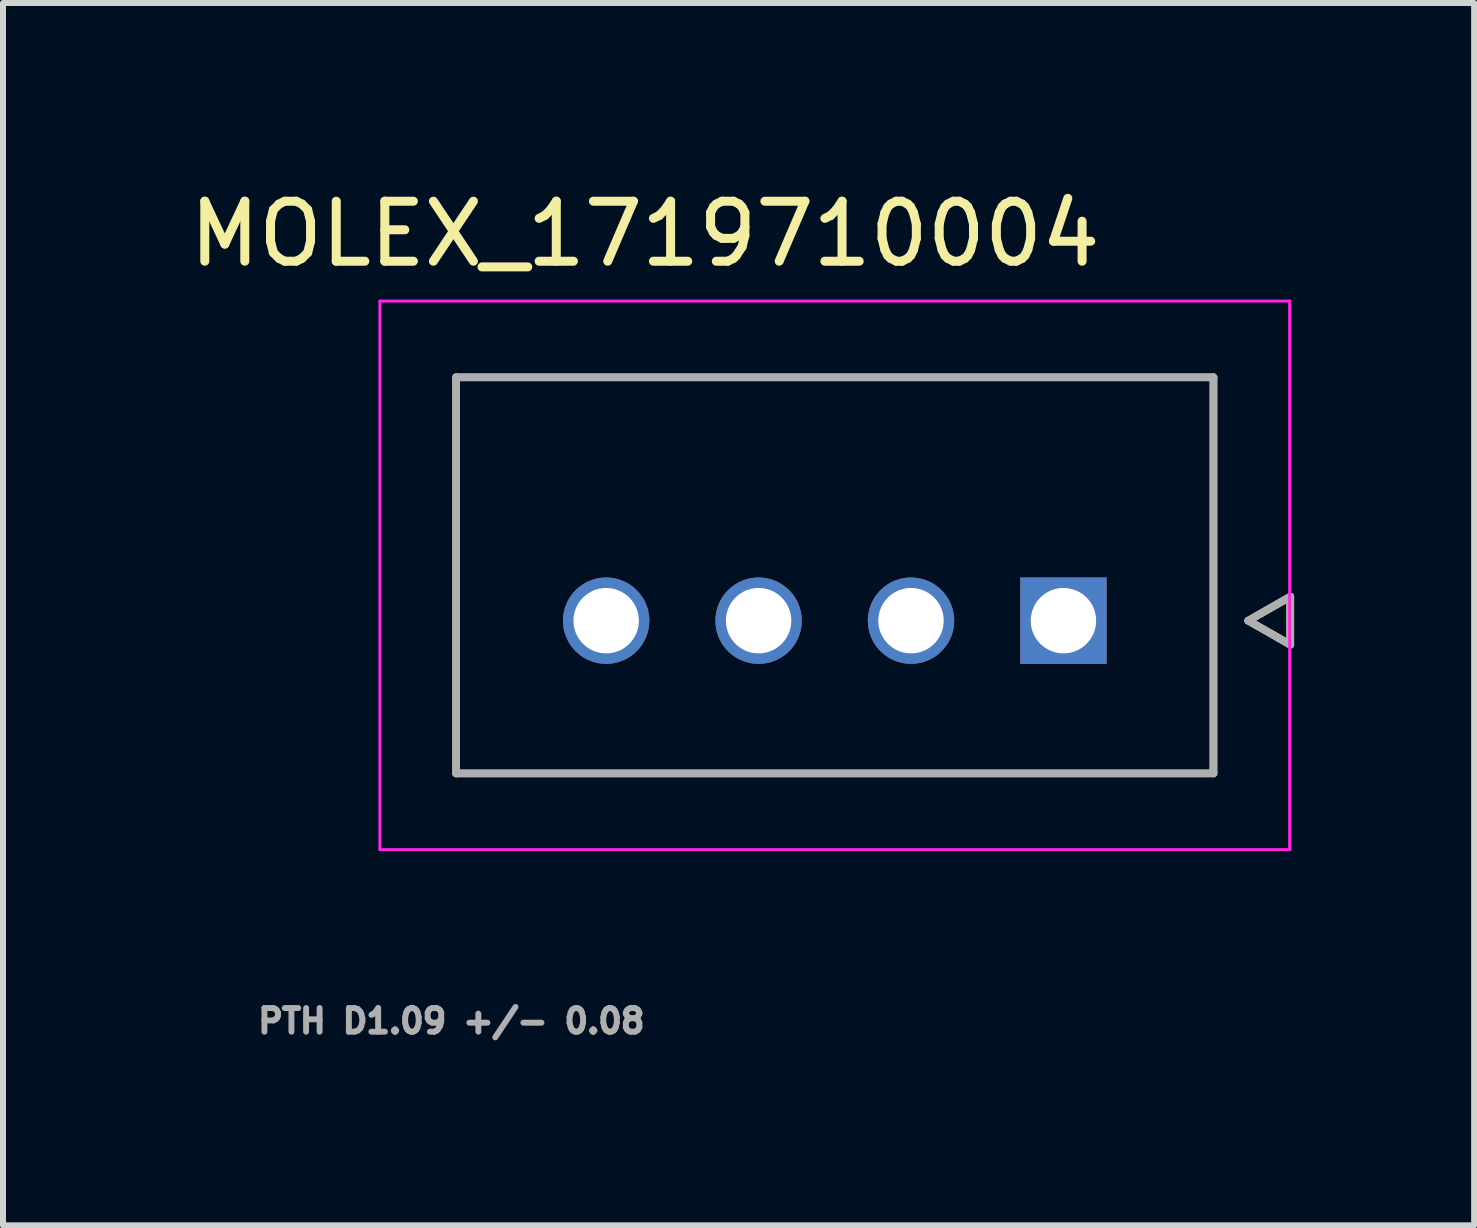
<source format=kicad_pcb>
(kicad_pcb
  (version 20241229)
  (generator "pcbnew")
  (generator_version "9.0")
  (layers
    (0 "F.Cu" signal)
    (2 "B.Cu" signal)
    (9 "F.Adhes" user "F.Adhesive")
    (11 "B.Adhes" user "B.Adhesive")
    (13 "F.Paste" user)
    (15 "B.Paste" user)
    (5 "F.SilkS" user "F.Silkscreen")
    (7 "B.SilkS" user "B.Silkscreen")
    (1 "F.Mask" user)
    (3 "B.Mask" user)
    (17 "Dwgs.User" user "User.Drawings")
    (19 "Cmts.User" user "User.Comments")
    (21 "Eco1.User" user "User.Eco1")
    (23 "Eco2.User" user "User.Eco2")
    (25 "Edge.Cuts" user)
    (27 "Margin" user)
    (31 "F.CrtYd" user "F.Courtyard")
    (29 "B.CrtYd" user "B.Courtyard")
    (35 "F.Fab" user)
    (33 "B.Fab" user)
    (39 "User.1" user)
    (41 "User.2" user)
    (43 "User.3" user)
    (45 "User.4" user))
  (footprint "MOLEX_1719710004"
    (layer "F.Cu")
    (at 14.671 7.293)
    (property "Reference" "MOLEX_1719710004" (at -6.975 -6.445 0) (layer "F.SilkS") (effects (font (size 1 1) (thickness 0.15))))
    (attr through_hole)
    (fp_circle (center -7.62 0) (end -7.222 0) (stroke (width 0.796) (type solid)) (fill no) (layer "F.Mask"))
    (fp_circle (center -5.08 0) (end -4.682 0) (stroke (width 0.796) (type solid)) (fill no) (layer "F.Mask"))
    (fp_circle (center -2.54 0) (end -2.142 0) (stroke (width 0.796) (type solid)) (fill no) (layer "F.Mask"))
    (fp_poly (pts (xy -0.796 -0.796) (xy 0.796 -0.796) (xy 0.796 0.796) (xy -0.796 0.796)) (stroke (width 0.01) (type solid)) (fill yes) (layer "F.Mask"))
    (fp_circle (center -7.62 0) (end -7.222 0) (stroke (width 0.796) (type solid)) (fill no) (layer "B.Mask"))
    (fp_circle (center -5.08 0) (end -4.682 0) (stroke (width 0.796) (type solid)) (fill no) (layer "B.Mask"))
    (fp_circle (center -2.54 0) (end -2.142 0) (stroke (width 0.796) (type solid)) (fill no) (layer "B.Mask"))
    (fp_poly (pts (xy -0.796 -0.796) (xy 0.796 -0.796) (xy 0.796 0.796) (xy -0.796 0.796)) (stroke (width 0.01) (type solid)) (fill yes) (layer "B.Mask"))
    (fp_line (start -10.12 -4.055) (end 2.5 -4.055) (stroke (width 0.127) (type solid)) (layer "F.SilkS"))
    (fp_line (start -10.12 2.545) (end -10.12 -4.055) (stroke (width 0.127) (type solid)) (layer "F.SilkS"))
    (fp_line (start 2.5 -4.055) (end 2.5 2.545) (stroke (width 0.127) (type solid)) (layer "F.SilkS"))
    (fp_line (start 2.5 2.545) (end -10.12 2.545) (stroke (width 0.127) (type solid)) (layer "F.SilkS"))
    (fp_line (start 3.08 0) (end 3.78 0.4) (stroke (width 0.127) (type solid)) (layer "F.SilkS"))
    (fp_line (start 3.78 -0.4) (end 3.08 0) (stroke (width 0.127) (type solid)) (layer "F.SilkS"))
    (fp_line (start 3.78 0.4) (end 3.78 -0.4) (stroke (width 0.127) (type solid)) (layer "F.SilkS"))
    (fp_line (start -11.39 -5.325) (end 3.77 -5.325) (stroke (width 0.05) (type solid)) (layer "F.CrtYd"))
    (fp_line (start -11.39 3.815) (end -11.39 -5.325) (stroke (width 0.05) (type solid)) (layer "F.CrtYd"))
    (fp_line (start -11.39 3.815) (end 3.77 3.815) (stroke (width 0.05) (type solid)) (layer "F.CrtYd"))
    (fp_line (start 3.77 -5.325) (end 3.77 3.815) (stroke (width 0.05) (type solid)) (layer "F.CrtYd"))
    (fp_line (start -10.12 -4.055) (end 2.5 -4.055) (stroke (width 0.127) (type solid)) (layer "F.Fab"))
    (fp_line (start -10.12 2.545) (end -10.12 -4.055) (stroke (width 0.127) (type solid)) (layer "F.Fab"))
    (fp_line (start 2.5 -4.055) (end 2.5 2.545) (stroke (width 0.127) (type solid)) (layer "F.Fab"))
    (fp_line (start 2.5 2.545) (end -10.12 2.545) (stroke (width 0.127) (type solid)) (layer "F.Fab"))
    (fp_line (start 3.08 0) (end 3.78 0.4) (stroke (width 0.127) (type solid)) (layer "F.Fab"))
    (fp_line (start 3.78 -0.4) (end 3.08 0) (stroke (width 0.127) (type solid)) (layer "F.Fab"))
    (fp_line (start 3.78 0.4) (end 3.78 -0.4) (stroke (width 0.127) (type solid)) (layer "F.Fab"))
    (fp_text user "PTH D1.09 +/- 0.08" (at -10.2 6.672 0) (layer "F.Fab") (effects (font (size 0.394 0.394) (thickness 0.15))))
    (pad "1" thru_hole rect (at 0 0) (size 1.44 1.44) (drill 1.09) (layers "*.Cu"))
    (pad "2" thru_hole circle (at -2.54 0) (size 1.44 1.44) (drill 1.09) (layers "*.Cu"))
    (pad "3" thru_hole circle (at -5.08 0) (size 1.44 1.44) (drill 1.09) (layers "*.Cu"))
    (pad "4" thru_hole circle (at -7.62 0) (size 1.44 1.44) (drill 1.09) (layers "*.Cu")))
  (gr_rect
    (start -3 -3)
    (end 21.515 17.369)
    (stroke (width 0.1) (type default))
    (fill no)
    (layer "Edge.Cuts")))
</source>
